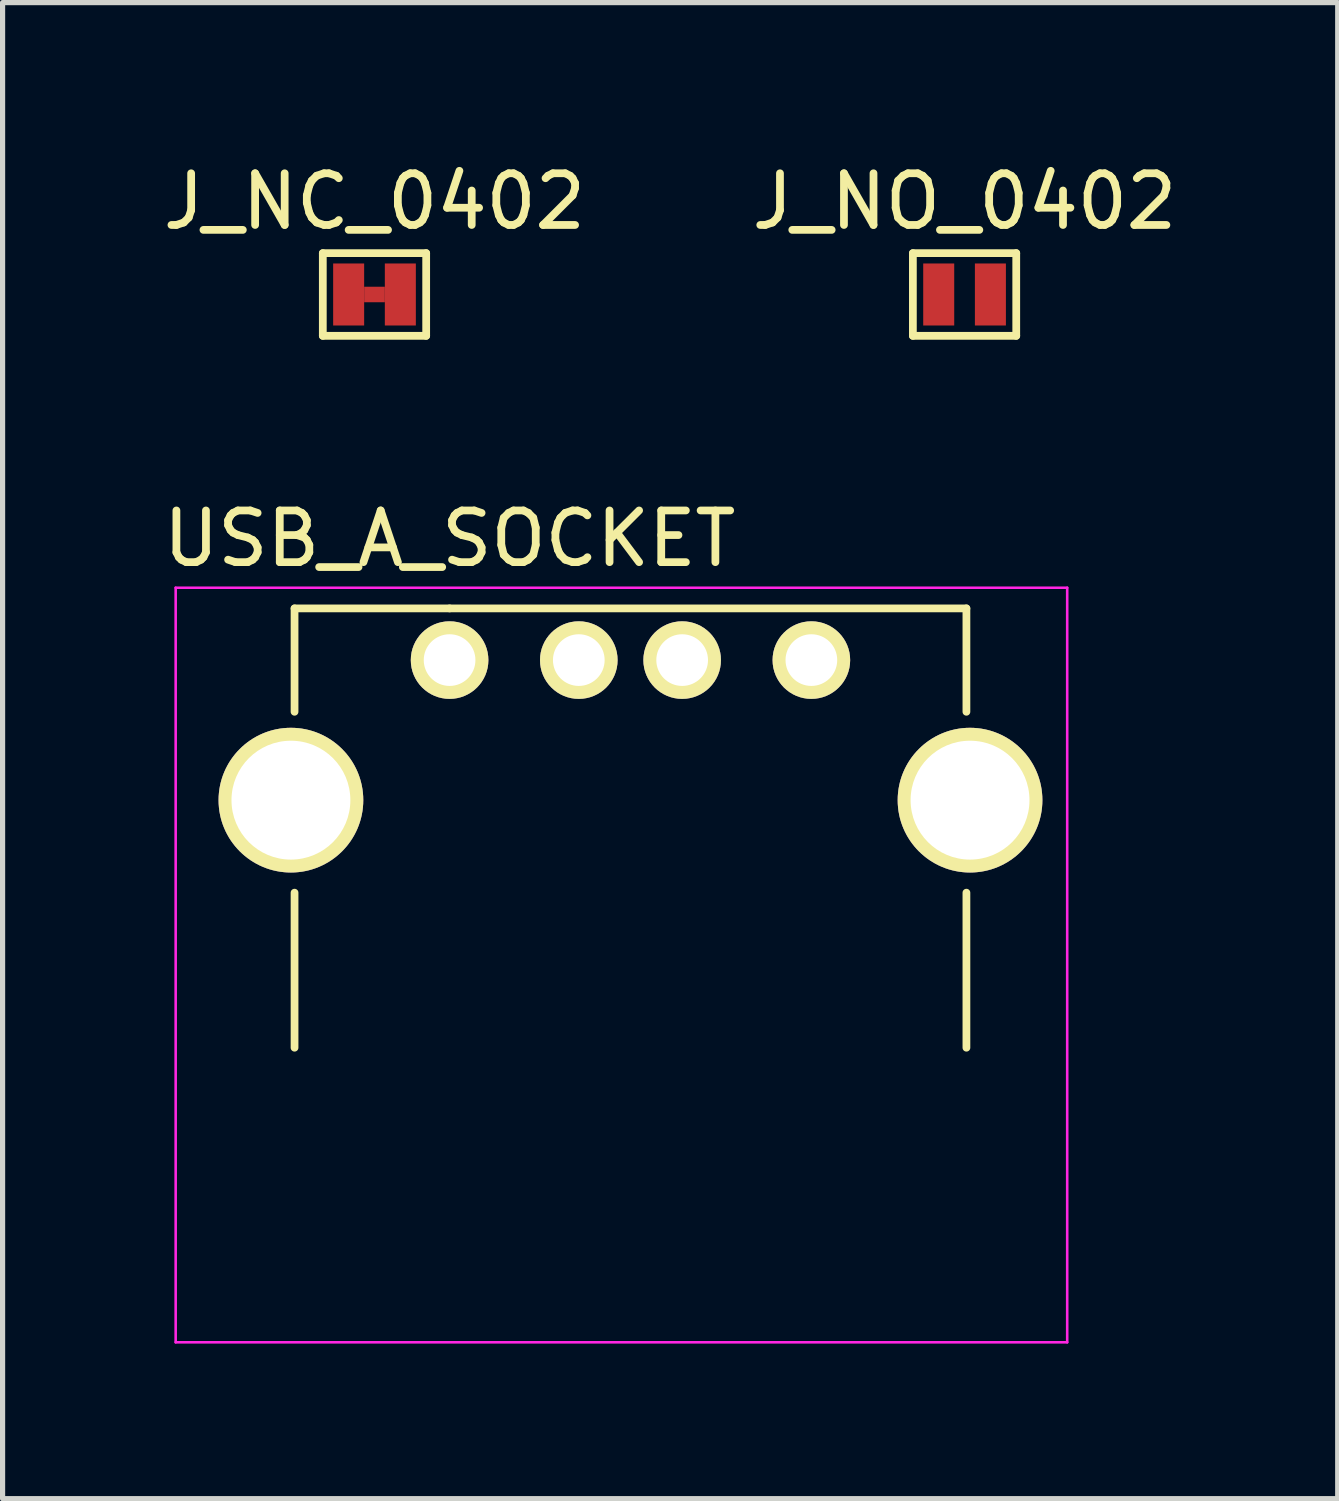
<source format=kicad_pcb>
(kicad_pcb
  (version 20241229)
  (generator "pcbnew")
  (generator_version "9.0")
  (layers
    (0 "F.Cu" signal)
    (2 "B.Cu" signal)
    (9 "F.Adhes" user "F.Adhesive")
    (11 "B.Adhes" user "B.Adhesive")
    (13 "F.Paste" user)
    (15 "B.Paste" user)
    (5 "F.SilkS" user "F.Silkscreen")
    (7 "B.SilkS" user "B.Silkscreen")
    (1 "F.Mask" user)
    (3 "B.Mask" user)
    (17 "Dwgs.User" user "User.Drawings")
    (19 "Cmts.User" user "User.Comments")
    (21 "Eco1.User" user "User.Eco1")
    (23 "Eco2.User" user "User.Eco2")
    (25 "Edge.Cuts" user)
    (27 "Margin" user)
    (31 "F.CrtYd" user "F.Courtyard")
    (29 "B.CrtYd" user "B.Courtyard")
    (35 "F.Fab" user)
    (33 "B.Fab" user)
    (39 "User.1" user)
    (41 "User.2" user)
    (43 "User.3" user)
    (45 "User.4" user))
  (footprint "J_NC_0402"
    (layer "F.Cu")
    (at 4.196 2.648)
    (property "Reference" "J_NC_0402" (at 0 -1.8 0) (layer "F.SilkS") (effects (font (size 1 1) (thickness 0.15))))
    (attr smd)
    (fp_line (start -1 -0.8) (end -1 0.8) (stroke (width 0.15) (type solid)) (layer "F.SilkS"))
    (fp_line (start -1 0.8) (end 1 0.8) (stroke (width 0.15) (type solid)) (layer "F.SilkS"))
    (fp_line (start 1 -0.8) (end -1 -0.8) (stroke (width 0.15) (type solid)) (layer "F.SilkS"))
    (fp_line (start 1 0.8) (end 1 -0.8) (stroke (width 0.15) (type solid)) (layer "F.SilkS"))
    (pad "1" smd rect (at -0.5 0) (size 0.6 1.2) (layers "F.Cu" "F.Mask"))
    (pad "2" smd rect (at 0.5 0) (size 0.6 1.2) (layers "F.Cu" "F.Mask"))
    (pad "3" smd rect (at 0 0) (size 0.4 0.3) (layers "F.Cu" "F.Mask")))
  (footprint "USB_A_SOCKET"
    (layer "F.Cu")
    (at 5.649 9.722)
    (property "Reference" "USB_A_SOCKET" (at 0 -2.35 0) (layer "F.SilkS") (effects (font (size 1 1) (thickness 0.15))))
    (attr through_hole)
    (fp_line (start -3 -1) (end -3 1) (stroke (width 0.15) (type solid)) (layer "F.SilkS"))
    (fp_line (start -3 4.5) (end -3 7.5) (stroke (width 0.15) (type solid)) (layer "F.SilkS"))
    (fp_line (start 0 -1) (end -3 -1) (stroke (width 0.15) (type solid)) (layer "F.SilkS"))
    (fp_line (start 0 -1) (end 10 -1) (stroke (width 0.15) (type solid)) (layer "F.SilkS"))
    (fp_line (start 10 -1) (end 10 1) (stroke (width 0.15) (type solid)) (layer "F.SilkS"))
    (fp_line (start 10 4.5) (end 10 7.5) (stroke (width 0.15) (type solid)) (layer "F.SilkS"))
    (fp_line (start -5.3 -1.4) (end 11.95 -1.4) (stroke (width 0.05) (type solid)) (layer "F.CrtYd"))
    (fp_line (start -5.3 13.2) (end -5.3 -1.4) (stroke (width 0.05) (type solid)) (layer "F.CrtYd"))
    (fp_line (start -5.3 13.2) (end 11.95 13.2) (stroke (width 0.05) (type solid)) (layer "F.CrtYd"))
    (fp_line (start 11.95 -1.4) (end 11.95 13.2) (stroke (width 0.05) (type solid)) (layer "F.CrtYd"))
    (pad "1" thru_hole circle (at 0 0 270) (size 1.501 1.501) (drill 1) (layers "*.Cu" "*.Mask" "F.SilkS"))
    (pad "2" thru_hole circle (at 2.5 0 270) (size 1.501 1.501) (drill 1) (layers "*.Cu" "*.Mask" "F.SilkS"))
    (pad "3" thru_hole circle (at 4.5 0 270) (size 1.501 1.501) (drill 1) (layers "*.Cu" "*.Mask" "F.SilkS"))
    (pad "4" thru_hole circle (at 7 0 270) (size 1.501 1.501) (drill 1) (layers "*.Cu" "*.Mask" "F.SilkS"))
    (pad "5" thru_hole circle (at -3.07 2.71 270) (size 2.8 2.8) (drill 2.3) (layers "*.Cu" "*.Mask" "F.SilkS"))
    (pad "5" thru_hole circle (at 10.07 2.71 270) (size 2.8 2.8) (drill 2.3) (layers "*.Cu" "*.Mask" "F.SilkS")))
  (footprint "J_NO_0402"
    (layer "F.Cu")
    (at 15.613 2.648)
    (property "Reference" "J_NO_0402" (at 0 -1.8 0) (layer "F.SilkS") (effects (font (size 1 1) (thickness 0.15))))
    (attr smd)
    (fp_line (start -1 -0.8) (end -1 0.8) (stroke (width 0.15) (type solid)) (layer "F.SilkS"))
    (fp_line (start -1 0.8) (end 1 0.8) (stroke (width 0.15) (type solid)) (layer "F.SilkS"))
    (fp_line (start 1 -0.8) (end -1 -0.8) (stroke (width 0.15) (type solid)) (layer "F.SilkS"))
    (fp_line (start 1 0.8) (end 1 -0.8) (stroke (width 0.15) (type solid)) (layer "F.SilkS"))
    (pad "1" smd rect (at -0.5 0) (size 0.6 1.2) (layers "F.Cu" "F.Mask"))
    (pad "2" smd rect (at 0.5 0) (size 0.6 1.2) (layers "F.Cu" "F.Mask")))
  (gr_rect
    (start -3 -3)
    (end 22.833 25.947)
    (stroke (width 0.1) (type default))
    (fill no)
    (layer "Edge.Cuts")))
</source>
